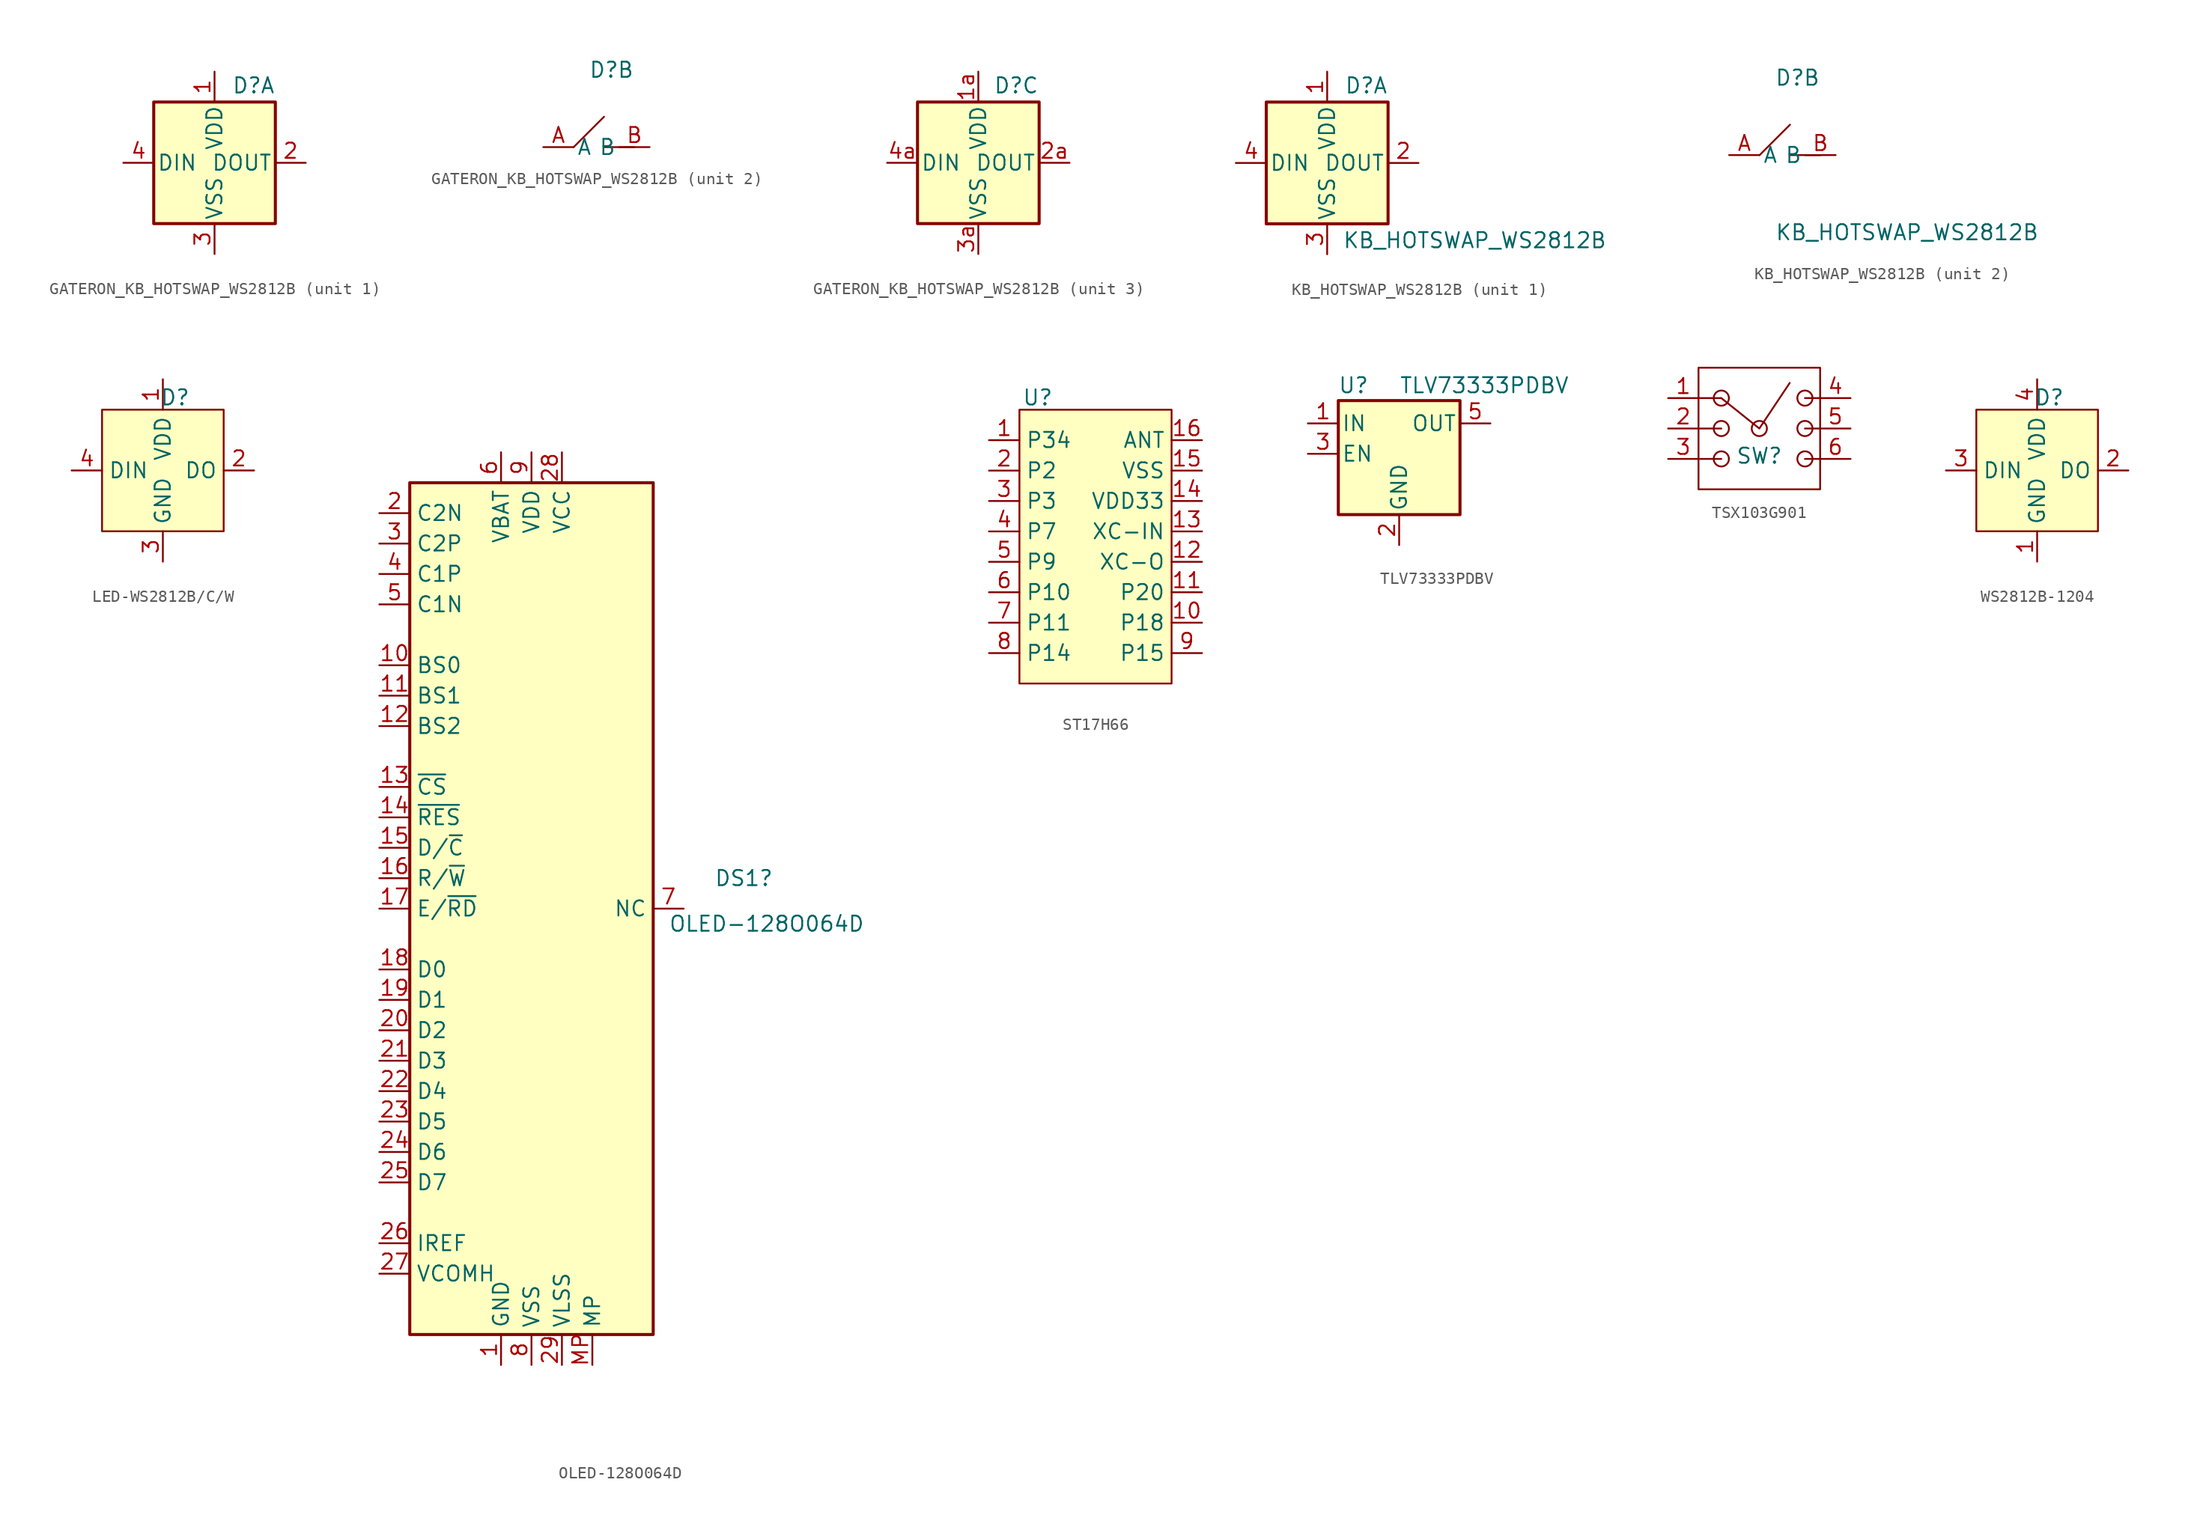
<source format=kicad_sym>
(kicad_symbol_lib
  (version 20231120)
  (generator "kicad_symbol_editor")
  (generator_version "8.0")
  (symbol "GATERON_KB_HOTSWAP_WS2812B"
    (pin_names
      (offset 0.254))
    (property "Reference" "D"
      (at 5.08 5.715 0)
      (effects (font (size 1.27 1.27)) (justify right bottom)))
    (property "ki_locked" ""
      (at 0 0 0)
      (effects (font (size 1.27 1.27))))
    (symbol "GATERON_KB_HOTSWAP_WS2812B_1_1"
      (rectangle (start -5.08 5.08) (end 5.08 -5.08) (stroke (width 0.254) (type default)) (fill (type background)))
      (pin power_in line (at 0 7.62 270) (length 2.54) (name "VDD" (effects (font (size 1.27 1.27)))) (number "1" (effects (font (size 1.27 1.27)))))
      (pin output line (at 7.62 0 180) (length 2.54) (name "DOUT" (effects (font (size 1.27 1.27)))) (number "2" (effects (font (size 1.27 1.27)))))
      (pin power_in line (at 0 -7.62 90) (length 2.54) (name "VSS" (effects (font (size 1.27 1.27)))) (number "3" (effects (font (size 1.27 1.27)))))
      (pin input line (at -7.62 0 0) (length 2.54) (name "DIN" (effects (font (size 1.27 1.27)))) (number "4" (effects (font (size 1.27 1.27))))))
    (symbol "GATERON_KB_HOTSWAP_WS2812B_2_1"
      (polyline (pts (xy 0 0) (xy 2.54 2.54)) (stroke (width 0) (type default)) (fill (type none)))
      (polyline (pts (xy 2.54 0) (xy 5.08 0)) (stroke (width 0) (type default)) (fill (type none)))
      (pin passive line (at -2.54 0 0) (length 2.54) (name "A" (effects (font (size 1.27 1.27)))) (number "A" (effects (font (size 1.27 1.27)))))
      (pin passive line (at 6.35 0 180) (length 2.54) (name "B" (effects (font (size 1.27 1.27)))) (number "B" (effects (font (size 1.27 1.27))))))
    (symbol "GATERON_KB_HOTSWAP_WS2812B_3_1"
      (rectangle (start 5.08 5.08) (end -5.08 -5.08) (stroke (width 0.254) (type default)) (fill (type background)))
      (pin power_in line (at 0 7.62 270) (length 2.54) (name "VDD" (effects (font (size 1.27 1.27)))) (number "1a" (effects (font (size 1.27 1.27)))))
      (pin output line (at 7.62 0 180) (length 2.54) (name "DOUT" (effects (font (size 1.27 1.27)))) (number "2a" (effects (font (size 1.27 1.27)))))
      (pin power_in line (at 0 -7.62 90) (length 2.54) (name "VSS" (effects (font (size 1.27 1.27)))) (number "3a" (effects (font (size 1.27 1.27)))))
      (pin input line (at -7.62 0 0) (length 2.54) (name "DIN" (effects (font (size 1.27 1.27)))) (number "4a" (effects (font (size 1.27 1.27)))))))
  (symbol "KB_HOTSWAP_WS2812B"
    (pin_names
      (offset 0.254))
    (property "Reference" "D"
      (at 5.08 5.715 0)
      (effects (font (size 1.27 1.27)) (justify right bottom)))
    (property "Value" "KB_HOTSWAP_WS2812B"
      (at 1.27 -5.715 0)
      (effects (font (size 1.27 1.27)) (justify left top)))
    (property "ki_locked" ""
      (at 0 0 0)
      (effects (font (size 1.27 1.27))))
    (symbol "KB_HOTSWAP_WS2812B_1_1"
      (rectangle (start 5.08 5.08) (end -5.08 -5.08) (stroke (width 0.254) (type default)) (fill (type background)))
      (pin power_in line (at 0 7.62 270) (length 2.54) (name "VDD" (effects (font (size 1.27 1.27)))) (number "1" (effects (font (size 1.27 1.27)))))
      (pin output line (at 7.62 0 180) (length 2.54) (name "DOUT" (effects (font (size 1.27 1.27)))) (number "2" (effects (font (size 1.27 1.27)))))
      (pin power_in line (at 0 -7.62 90) (length 2.54) (name "VSS" (effects (font (size 1.27 1.27)))) (number "3" (effects (font (size 1.27 1.27)))))
      (pin input line (at -7.62 0 0) (length 2.54) (name "DIN" (effects (font (size 1.27 1.27)))) (number "4" (effects (font (size 1.27 1.27))))))
    (symbol "KB_HOTSWAP_WS2812B_2_1"
      (polyline (pts (xy 0 0) (xy 2.54 2.54)) (stroke (width 0) (type default)) (fill (type none)))
      (polyline (pts (xy 2.54 0) (xy 5.08 0)) (stroke (width 0) (type default)) (fill (type none)))
      (pin passive line (at -2.54 0 0) (length 2.54) (name "A" (effects (font (size 1.27 1.27)))) (number "A" (effects (font (size 1.27 1.27)))))
      (pin passive line (at 6.35 0 180) (length 2.54) (name "B" (effects (font (size 1.27 1.27)))) (number "B" (effects (font (size 1.27 1.27)))))))
  (symbol "LED-WS2812B/C/W"
    (property "Reference" "D"
      (at 1.016 6.096 0)
      (effects (font (size 1.27 1.27))))
    (property "Value" ""
      (at 0 0 0)
      (effects (font (size 1.27 1.27))))
    (symbol "LED-WS2812B/C/W_1_1"
      (rectangle (start -5.08 5.08) (end 5.08 -5.08) (stroke (width 0) (type default)) (fill (type background)))
      (pin power_in line (at 0 7.62 270) (length 2.54) (name "VDD" (effects (font (size 1.27 1.27)))) (number "1" (effects (font (size 1.27 1.27)))))
      (pin output line (at 7.62 0 180) (length 2.54) (name "DO" (effects (font (size 1.27 1.27)))) (number "2" (effects (font (size 1.27 1.27)))))
      (pin power_in line (at 0 -7.62 90) (length 2.54) (name "GND" (effects (font (size 1.27 1.27)))) (number "3" (effects (font (size 1.27 1.27)))))
      (pin input line (at -7.62 0 0) (length 2.54) (name "DIN" (effects (font (size 1.27 1.27)))) (number "4" (effects (font (size 1.27 1.27)))))))
  (symbol "OLED-128O064D"
    (property "Reference" "DS1"
      (at 15.24 2.54 0)
      (effects (font (size 1.27 1.27)) (justify left)))
    (property "Value" "OLED-128O064D"
      (at 11.43 -1.27 0)
      (effects (font (size 1.27 1.27)) (justify left)))
    (symbol "OLED-128O064D_0_1"
      (rectangle (start -10.16 35.56) (end 10.16 -35.56) (stroke (width 0.254) (type default)) (fill (type background))))
    (symbol "OLED-128O064D_1_1"
      (pin power_in line (at -2.54 -38.1 90) (length 2.54) (name "GND" (effects (font (size 1.27 1.27)))) (number "1" (effects (font (size 1.27 1.27)))))
      (pin input line (at -12.7 20.32 0) (length 2.54) (name "BS0" (effects (font (size 1.27 1.27)))) (number "10" (effects (font (size 1.27 1.27)))))
      (pin input line (at -12.7 17.78 0) (length 2.54) (name "BS1" (effects (font (size 1.27 1.27)))) (number "11" (effects (font (size 1.27 1.27)))))
      (pin input line (at -12.7 15.24 0) (length 2.54) (name "BS2" (effects (font (size 1.27 1.27)))) (number "12" (effects (font (size 1.27 1.27)))))
      (pin input line (at -12.7 10.16 0) (length 2.54) (name "~{CS}" (effects (font (size 1.27 1.27)))) (number "13" (effects (font (size 1.27 1.27)))))
      (pin input line (at -12.7 7.62 0) (length 2.54) (name "~{RES}" (effects (font (size 1.27 1.27)))) (number "14" (effects (font (size 1.27 1.27)))))
      (pin input line (at -12.7 5.08 0) (length 2.54) (name "D/~{C}" (effects (font (size 1.27 1.27)))) (number "15" (effects (font (size 1.27 1.27)))))
      (pin input line (at -12.7 2.54 0) (length 2.54) (name "R/~{W}" (effects (font (size 1.27 1.27)))) (number "16" (effects (font (size 1.27 1.27)))))
      (pin input line (at -12.7 0 0) (length 2.54) (name "E/~{RD}" (effects (font (size 1.27 1.27)))) (number "17" (effects (font (size 1.27 1.27)))))
      (pin bidirectional line (at -12.7 -5.08 0) (length 2.54) (name "D0" (effects (font (size 1.27 1.27)))) (number "18" (effects (font (size 1.27 1.27)))))
      (pin bidirectional line (at -12.7 -7.62 0) (length 2.54) (name "D1" (effects (font (size 1.27 1.27)))) (number "19" (effects (font (size 1.27 1.27)))))
      (pin passive line (at -12.7 33.02 0) (length 2.54) (name "C2N" (effects (font (size 1.27 1.27)))) (number "2" (effects (font (size 1.27 1.27)))))
      (pin bidirectional line (at -12.7 -10.16 0) (length 2.54) (name "D2" (effects (font (size 1.27 1.27)))) (number "20" (effects (font (size 1.27 1.27)))))
      (pin bidirectional line (at -12.7 -12.7 0) (length 2.54) (name "D3" (effects (font (size 1.27 1.27)))) (number "21" (effects (font (size 1.27 1.27)))))
      (pin bidirectional line (at -12.7 -15.24 0) (length 2.54) (name "D4" (effects (font (size 1.27 1.27)))) (number "22" (effects (font (size 1.27 1.27)))))
      (pin bidirectional line (at -12.7 -17.78 0) (length 2.54) (name "D5" (effects (font (size 1.27 1.27)))) (number "23" (effects (font (size 1.27 1.27)))))
      (pin bidirectional line (at -12.7 -20.32 0) (length 2.54) (name "D6" (effects (font (size 1.27 1.27)))) (number "24" (effects (font (size 1.27 1.27)))))
      (pin bidirectional line (at -12.7 -22.86 0) (length 2.54) (name "D7" (effects (font (size 1.27 1.27)))) (number "25" (effects (font (size 1.27 1.27)))))
      (pin passive line (at -12.7 -27.94 0) (length 2.54) (name "IREF" (effects (font (size 1.27 1.27)))) (number "26" (effects (font (size 1.27 1.27)))))
      (pin passive line (at -12.7 -30.48 0) (length 2.54) (name "VCOMH" (effects (font (size 1.27 1.27)))) (number "27" (effects (font (size 1.27 1.27)))))
      (pin power_in line (at 2.54 38.1 270) (length 2.54) (name "VCC" (effects (font (size 1.27 1.27)))) (number "28" (effects (font (size 1.27 1.27)))))
      (pin power_in line (at 2.54 -38.1 90) (length 2.54) (name "VLSS" (effects (font (size 1.27 1.27)))) (number "29" (effects (font (size 1.27 1.27)))))
      (pin passive line (at -12.7 30.48 0) (length 2.54) (name "C2P" (effects (font (size 1.27 1.27)))) (number "3" (effects (font (size 1.27 1.27)))))
      (pin passive line (at -2.54 -38.1 90) (length 2.54) hide (name "GND" (effects (font (size 1.27 1.27)))) (number "30" (effects (font (size 1.27 1.27)))))
      (pin passive line (at -12.7 27.94 0) (length 2.54) (name "C1P" (effects (font (size 1.27 1.27)))) (number "4" (effects (font (size 1.27 1.27)))))
      (pin passive line (at -12.7 25.4 0) (length 2.54) (name "C1N" (effects (font (size 1.27 1.27)))) (number "5" (effects (font (size 1.27 1.27)))))
      (pin power_in line (at -2.54 38.1 270) (length 2.54) (name "VBAT" (effects (font (size 1.27 1.27)))) (number "6" (effects (font (size 1.27 1.27)))))
      (pin passive line (at 12.7 0 180) (length 2.54) (name "NC" (effects (font (size 1.27 1.27)))) (number "7" (effects (font (size 1.27 1.27)))))
      (pin power_in line (at 0 -38.1 90) (length 2.54) (name "VSS" (effects (font (size 1.27 1.27)))) (number "8" (effects (font (size 1.27 1.27)))))
      (pin power_in line (at 0 38.1 270) (length 2.54) (name "VDD" (effects (font (size 1.27 1.27)))) (number "9" (effects (font (size 1.27 1.27)))))
      (pin passive line (at 5.08 -38.1 90) (length 2.54) (name "MP" (effects (font (size 1.27 1.27)))) (number "MP" (effects (font (size 1.27 1.27)))))))
  (symbol "ST17H66"
    (property "Reference" "U"
      (at 1.524 1.016 0)
      (effects (font (size 1.27 1.27))))
    (property "Value" ""
      (at 0 0 0)
      (effects (font (size 1.27 1.27))))
    (symbol "ST17H66_1_1"
      (rectangle (start 0 0) (end 12.7 -22.86) (stroke (width 0) (type default)) (fill (type background)))
      (pin passive line (at -2.54 -2.54 0) (length 2.54) (name "P34" (effects (font (size 1.27 1.27)))) (number "1" (effects (font (size 1.27 1.27)))))
      (pin passive line (at 15.24 -17.78 180) (length 2.54) (name "P18" (effects (font (size 1.27 1.27)))) (number "10" (effects (font (size 1.27 1.27)))))
      (pin passive line (at 15.24 -15.24 180) (length 2.54) (name "P20" (effects (font (size 1.27 1.27)))) (number "11" (effects (font (size 1.27 1.27)))))
      (pin passive line (at 15.24 -12.7 180) (length 2.54) (name "XC-O" (effects (font (size 1.27 1.27)))) (number "12" (effects (font (size 1.27 1.27)))))
      (pin passive line (at 15.24 -10.16 180) (length 2.54) (name "XC-IN" (effects (font (size 1.27 1.27)))) (number "13" (effects (font (size 1.27 1.27)))))
      (pin passive line (at 15.24 -7.62 180) (length 2.54) (name "VDD33" (effects (font (size 1.27 1.27)))) (number "14" (effects (font (size 1.27 1.27)))))
      (pin passive line (at 15.24 -5.08 180) (length 2.54) (name "VSS" (effects (font (size 1.27 1.27)))) (number "15" (effects (font (size 1.27 1.27)))))
      (pin passive line (at 15.24 -2.54 180) (length 2.54) (name "ANT" (effects (font (size 1.27 1.27)))) (number "16" (effects (font (size 1.27 1.27)))))
      (pin passive line (at -2.54 -5.08 0) (length 2.54) (name "P2" (effects (font (size 1.27 1.27)))) (number "2" (effects (font (size 1.27 1.27)))))
      (pin passive line (at -2.54 -7.62 0) (length 2.54) (name "P3" (effects (font (size 1.27 1.27)))) (number "3" (effects (font (size 1.27 1.27)))))
      (pin passive line (at -2.54 -10.16 0) (length 2.54) (name "P7" (effects (font (size 1.27 1.27)))) (number "4" (effects (font (size 1.27 1.27)))))
      (pin passive line (at -2.54 -12.7 0) (length 2.54) (name "P9" (effects (font (size 1.27 1.27)))) (number "5" (effects (font (size 1.27 1.27)))))
      (pin passive line (at -2.54 -15.24 0) (length 2.54) (name "P10" (effects (font (size 1.27 1.27)))) (number "6" (effects (font (size 1.27 1.27)))))
      (pin passive line (at -2.54 -17.78 0) (length 2.54) (name "P11" (effects (font (size 1.27 1.27)))) (number "7" (effects (font (size 1.27 1.27)))))
      (pin passive line (at -2.54 -20.32 0) (length 2.54) (name "P14" (effects (font (size 1.27 1.27)))) (number "8" (effects (font (size 1.27 1.27)))))
      (pin passive line (at 15.24 -20.32 180) (length 2.54) (name "P15" (effects (font (size 1.27 1.27)))) (number "9" (effects (font (size 1.27 1.27)))))))
  (symbol "TLV73333PDBV"
    (pin_names
      (offset 0.254))
    (property "Reference" "U"
      (at -3.81 5.715 0)
      (effects (font (size 1.27 1.27))))
    (property "Value" "TLV73333PDBV"
      (at 0 5.715 0)
      (effects (font (size 1.27 1.27)) (justify left)))
    (symbol "TLV73333PDBV_0_1"
      (rectangle (start -5.08 4.445) (end 5.08 -5.08) (stroke (width 0.254) (type default)) (fill (type background))))
    (symbol "TLV73333PDBV_1_1"
      (pin power_in line (at -7.62 2.54 0) (length 2.54) (name "IN" (effects (font (size 1.27 1.27)))) (number "1" (effects (font (size 1.27 1.27)))))
      (pin power_in line (at 0 -7.62 90) (length 2.54) (name "GND" (effects (font (size 1.27 1.27)))) (number "2" (effects (font (size 1.27 1.27)))))
      (pin input line (at -7.62 0 0) (length 2.54) (name "EN" (effects (font (size 1.27 1.27)))) (number "3" (effects (font (size 1.27 1.27)))))
      (pin no_connect line (at 5.08 0 180) (length 2.54) hide (name "NC" (effects (font (size 1.27 1.27)))) (number "4" (effects (font (size 1.27 1.27)))))
      (pin power_out line (at 7.62 2.54 180) (length 2.54) (name "OUT" (effects (font (size 1.27 1.27)))) (number "5" (effects (font (size 1.27 1.27)))))))
  (symbol "TSX103G901"
    (property "Reference" "SW"
      (at 0 -2.286 0)
      (effects (font (size 1.27 1.27))))
    (property "Value" ""
      (at 0 0 0)
      (effects (font (size 1.27 1.27))))
    (symbol "TSX103G901_0_1"
      (rectangle (start -5.08 5.08) (end 5.08 -5.08) (stroke (width 0) (type default)) (fill (type none)))
      (circle (center -3.175 -2.54) (radius 0.635) (stroke (width 0) (type default)) (fill (type none)))
      (circle (center -3.175 0) (radius 0.635) (stroke (width 0) (type default)) (fill (type none)))
      (circle (center -3.175 2.54) (radius 0.635) (stroke (width 0) (type default)) (fill (type none)))
      (polyline (pts (xy -5.08 -2.54) (xy -3.175 -2.54)) (stroke (width 0) (type default)) (fill (type none)))
      (polyline (pts (xy -5.08 0) (xy -3.175 0)) (stroke (width 0) (type default)) (fill (type none)))
      (polyline (pts (xy -5.08 2.54) (xy -3.175 2.54)) (stroke (width 0) (type default)) (fill (type none)))
      (polyline (pts (xy 5.08 -2.54) (xy 3.81 -2.54)) (stroke (width 0) (type default)) (fill (type none)))
      (polyline (pts (xy 5.08 0) (xy 3.81 0)) (stroke (width 0) (type default)) (fill (type none)))
      (polyline (pts (xy 5.08 2.54) (xy 3.81 2.54)) (stroke (width 0) (type default)) (fill (type none)))
      (polyline (pts (xy -3.175 2.54) (xy 0 0) (xy 2.54 3.81)) (stroke (width 0) (type default)) (fill (type none)))
      (circle (center 0 0) (radius 0.635) (stroke (width 0) (type default)) (fill (type none)))
      (circle (center 3.81 -2.54) (radius 0.635) (stroke (width 0) (type default)) (fill (type none)))
      (circle (center 3.81 0) (radius 0.635) (stroke (width 0) (type default)) (fill (type none)))
      (circle (center 3.81 2.54) (radius 0.635) (stroke (width 0) (type default)) (fill (type none))))
    (symbol "TSX103G901_1_1"
      (pin passive line (at -7.62 2.54 0) (length 2.54) (name "" (effects (font (size 1.27 1.27)))) (number "1" (effects (font (size 1.27 1.27)))))
      (pin passive line (at -7.62 0 0) (length 2.54) (name "" (effects (font (size 1.27 1.27)))) (number "2" (effects (font (size 1.27 1.27)))))
      (pin passive line (at -7.62 -2.54 0) (length 2.54) (name "" (effects (font (size 1.27 1.27)))) (number "3" (effects (font (size 1.27 1.27)))))
      (pin passive line (at 7.62 2.54 180) (length 2.54) (name "" (effects (font (size 1.27 1.27)))) (number "4" (effects (font (size 1.27 1.27)))))
      (pin passive line (at 7.62 0 180) (length 2.54) (name "" (effects (font (size 1.27 1.27)))) (number "5" (effects (font (size 1.27 1.27)))))
      (pin passive line (at 7.62 -2.54 180) (length 2.54) (name "" (effects (font (size 1.27 1.27)))) (number "6" (effects (font (size 1.27 1.27)))))))
  (symbol "WS2812B-1204"
    (property "Reference" "D"
      (at 1.016 6.096 0)
      (effects (font (size 1.27 1.27))))
    (property "Value" ""
      (at 0 0 0)
      (effects (font (size 1.27 1.27))))
    (symbol "WS2812B-1204_1_1"
      (rectangle (start -5.08 5.08) (end 5.08 -5.08) (stroke (width 0) (type default)) (fill (type background)))
      (pin power_in line (at 0 -7.62 90) (length 2.54) (name "GND" (effects (font (size 1.27 1.27)))) (number "1" (effects (font (size 1.27 1.27)))))
      (pin output line (at 7.62 0 180) (length 2.54) (name "DO" (effects (font (size 1.27 1.27)))) (number "2" (effects (font (size 1.27 1.27)))))
      (pin input line (at -7.62 0 0) (length 2.54) (name "DIN" (effects (font (size 1.27 1.27)))) (number "3" (effects (font (size 1.27 1.27)))))
      (pin power_in line (at 0 7.62 270) (length 2.54) (name "VDD" (effects (font (size 1.27 1.27)))) (number "4" (effects (font (size 1.27 1.27))))))))
</source>
